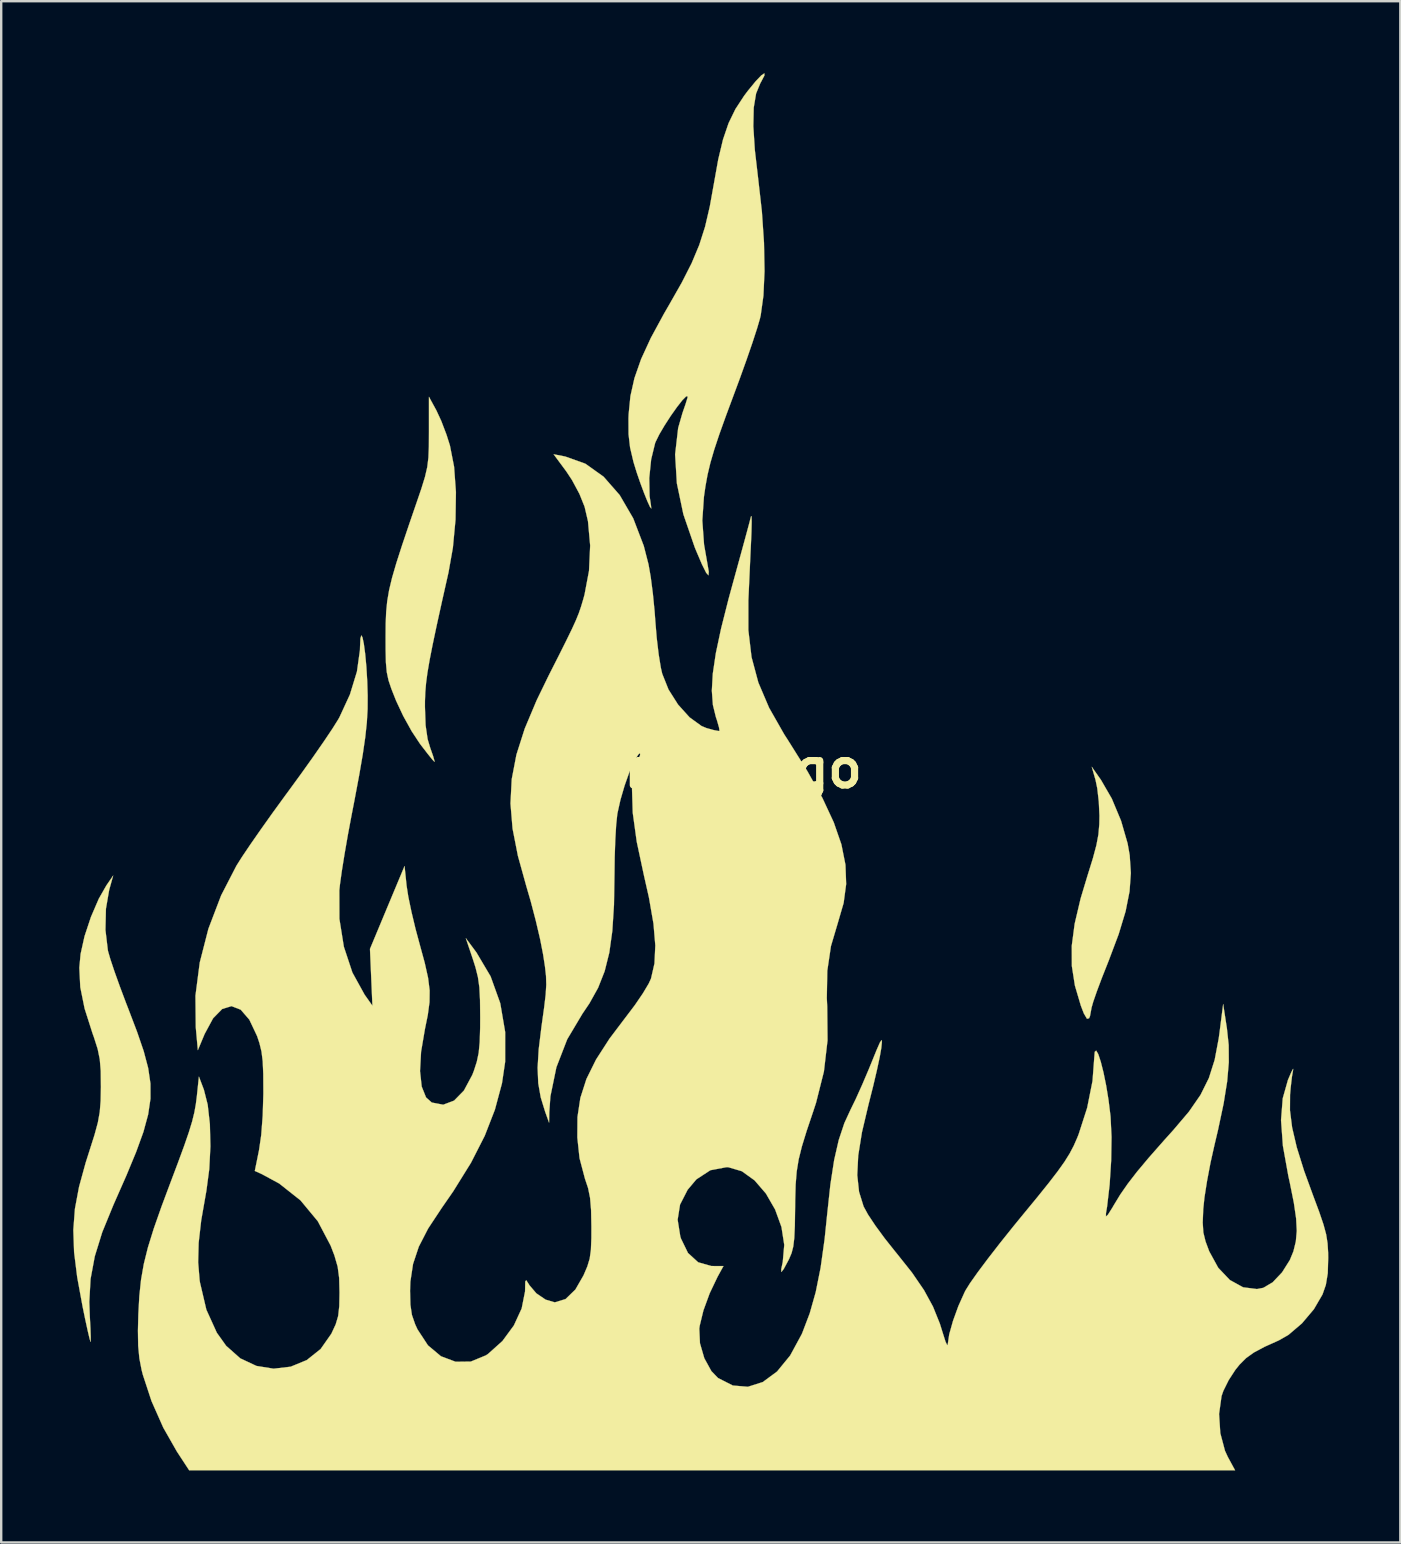
<source format=kicad_pcb>
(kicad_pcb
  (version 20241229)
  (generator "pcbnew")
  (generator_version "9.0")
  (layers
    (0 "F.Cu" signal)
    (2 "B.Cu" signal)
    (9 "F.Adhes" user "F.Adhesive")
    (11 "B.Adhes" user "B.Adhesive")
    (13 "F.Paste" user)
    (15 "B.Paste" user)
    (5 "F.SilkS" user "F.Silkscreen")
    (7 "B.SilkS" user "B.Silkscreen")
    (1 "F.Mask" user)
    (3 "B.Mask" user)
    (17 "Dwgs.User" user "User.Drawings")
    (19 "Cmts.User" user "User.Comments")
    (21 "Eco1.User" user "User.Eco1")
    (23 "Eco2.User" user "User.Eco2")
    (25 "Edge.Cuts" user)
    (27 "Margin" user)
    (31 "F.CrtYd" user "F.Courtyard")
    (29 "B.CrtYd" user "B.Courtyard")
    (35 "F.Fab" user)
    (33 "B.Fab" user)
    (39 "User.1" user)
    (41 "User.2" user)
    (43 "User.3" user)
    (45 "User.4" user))
  (footprint "Flame_Logo"
    (layer "F.Cu")
    (at 26.166 28.965)
    (property "Reference" "Flame_Logo" (at 0 0 0) (layer "F.SilkS") (effects (font (size 1.524 1.524) (thickness 0.3))))
    (attr through_hole)
    (fp_poly (pts (xy 16.655 0.481) (xy 17.105 1.259) (xy 17.49 2.18) (xy 17.763 3.125) (xy 17.85 3.615) (xy 17.898 4.358) (xy 17.844 5.122) (xy 17.679 5.954) (xy 17.392 6.901) (xy 16.974 8.012) (xy 16.945 8.085) (xy 16.693 8.722) (xy 16.482 9.285) (xy 16.331 9.72) (xy 16.258 9.976) (xy 16.254 10.007) (xy 16.196 10.32) (xy 16.158 10.409) (xy 16.07 10.43) (xy 15.94 10.209) (xy 15.814 9.882) (xy 15.567 9.046) (xy 15.44 8.233) (xy 15.436 7.392) (xy 15.557 6.472) (xy 15.805 5.42) (xy 16.088 4.48) (xy 16.314 3.753) (xy 16.462 3.201) (xy 16.547 2.75) (xy 16.584 2.323) (xy 16.59 1.967) (xy 16.563 1.387) (xy 16.499 0.829) (xy 16.427 0.481) (xy 16.269 -0.069) (xy 16.655 0.481)) (stroke (width 0.01) (type solid)) (fill yes) (layer "F.SilkS"))
    (fp_poly (pts (xy -11.035 -14.916) (xy -10.83 -14.473) (xy -10.614 -13.906) (xy -10.471 -13.455) (xy -10.298 -12.571) (xy -10.221 -11.515) (xy -10.238 -10.364) (xy -10.348 -9.195) (xy -10.53 -8.169) (xy -10.805 -6.946) (xy -11.024 -5.952) (xy -11.193 -5.151) (xy -11.319 -4.508) (xy -11.408 -3.988) (xy -11.465 -3.556) (xy -11.497 -3.176) (xy -11.511 -2.813) (xy -11.512 -2.565) (xy -11.485 -1.799) (xy -11.4 -1.219) (xy -11.292 -0.858) (xy -11.172 -0.516) (xy -11.113 -0.306) (xy -11.114 -0.275) (xy -11.203 -0.368) (xy -11.403 -0.616) (xy -11.674 -0.968) (xy -11.725 -1.036) (xy -12.065 -1.551) (xy -12.417 -2.187) (xy -12.71 -2.812) (xy -12.725 -2.848) (xy -12.908 -3.31) (xy -13.03 -3.672) (xy -13.102 -4.013) (xy -13.138 -4.411) (xy -13.15 -4.945) (xy -13.151 -5.485) (xy -13.147 -6.04) (xy -13.127 -6.522) (xy -13.083 -6.972) (xy -13.004 -7.433) (xy -12.881 -7.947) (xy -12.703 -8.558) (xy -12.462 -9.307) (xy -12.148 -10.237) (xy -11.891 -10.984) (xy -11.663 -11.651) (xy -11.51 -12.146) (xy -11.416 -12.552) (xy -11.367 -12.949) (xy -11.348 -13.418) (xy -11.345 -14.023) (xy -11.345 -15.484) (xy -11.035 -14.916)) (stroke (width 0.01) (type solid)) (fill yes) (layer "F.SilkS"))
    (fp_poly (pts (xy -24.668 5.063) (xy -24.803 5.848) (xy -24.823 6.729) (xy -24.724 7.566) (xy -24.713 7.62) (xy -24.62 7.941) (xy -24.451 8.448) (xy -24.225 9.079) (xy -23.964 9.774) (xy -23.865 10.029) (xy -23.505 10.974) (xy -23.23 11.777) (xy -23.043 12.482) (xy -22.948 13.128) (xy -22.947 13.76) (xy -23.044 14.417) (xy -23.241 15.143) (xy -23.544 15.978) (xy -23.953 16.965) (xy -24.474 18.146) (xy -24.494 18.192) (xy -24.956 19.32) (xy -25.267 20.325) (xy -25.443 21.27) (xy -25.496 22.222) (xy -25.475 22.813) (xy -25.448 23.317) (xy -25.435 23.695) (xy -25.439 23.881) (xy -25.443 23.89) (xy -25.482 23.765) (xy -25.562 23.427) (xy -25.67 22.93) (xy -25.776 22.414) (xy -26 21.194) (xy -26.129 20.155) (xy -26.161 19.228) (xy -26.094 18.344) (xy -25.923 17.432) (xy -25.646 16.423) (xy -25.49 15.933) (xy -25.277 15.262) (xy -25.139 14.753) (xy -25.06 14.314) (xy -25.023 13.854) (xy -25.012 13.284) (xy -25.012 13.249) (xy -25.019 12.602) (xy -25.059 12.119) (xy -25.147 11.688) (xy -25.303 11.199) (xy -25.362 11.035) (xy -25.691 10.005) (xy -25.871 9.114) (xy -25.911 8.303) (xy -25.858 7.73) (xy -25.693 6.988) (xy -25.426 6.184) (xy -25.101 5.43) (xy -24.784 4.874) (xy -24.5 4.462) (xy -24.668 5.063)) (stroke (width 0.01) (type solid)) (fill yes) (layer "F.SilkS"))
    (fp_poly (pts (xy 2.633 -28.873) (xy 2.494 -28.606) (xy 2.464 -28.555) (xy 2.285 -28.121) (xy 2.186 -27.529) (xy 2.169 -26.753) (xy 2.232 -25.768) (xy 2.371 -24.571) (xy 2.526 -23.201) (xy 2.614 -21.901) (xy 2.636 -20.717) (xy 2.59 -19.695) (xy 2.477 -18.879) (xy 2.445 -18.741) (xy 2.327 -18.337) (xy 2.135 -17.746) (xy 1.888 -17.03) (xy 1.609 -16.253) (xy 1.412 -15.721) (xy 1.041 -14.724) (xy 0.754 -13.925) (xy 0.539 -13.278) (xy 0.38 -12.733) (xy 0.263 -12.242) (xy 0.175 -11.757) (xy 0.111 -11.314) (xy 0.044 -10.328) (xy 0.116 -9.331) (xy 0.244 -8.602) (xy 0.313 -8.197) (xy 0.301 -8.045) (xy 0.207 -8.147) (xy 0.03 -8.501) (xy -0.23 -9.11) (xy -0.275 -9.222) (xy -0.745 -10.588) (xy -1.016 -11.879) (xy -1.089 -13.082) (xy -0.962 -14.184) (xy -0.782 -14.811) (xy -0.654 -15.18) (xy -0.576 -15.435) (xy -0.564 -15.493) (xy -0.625 -15.505) (xy -0.786 -15.343) (xy -1.011 -15.056) (xy -1.27 -14.69) (xy -1.526 -14.295) (xy -1.748 -13.918) (xy -1.901 -13.607) (xy -1.924 -13.548) (xy -2.087 -12.878) (xy -2.167 -12.1) (xy -2.153 -11.349) (xy -2.096 -10.964) (xy -2.082 -10.828) (xy -2.137 -10.899) (xy -2.244 -11.13) (xy -2.383 -11.475) (xy -2.537 -11.889) (xy -2.687 -12.323) (xy -2.813 -12.733) (xy -2.826 -12.779) (xy -2.965 -13.369) (xy -3.029 -13.925) (xy -3.032 -14.583) (xy -3.025 -14.759) (xy -2.951 -15.512) (xy -2.783 -16.262) (xy -2.506 -17.054) (xy -2.102 -17.933) (xy -1.555 -18.941) (xy -1.353 -19.29) (xy -0.813 -20.239) (xy -0.399 -21.054) (xy -0.084 -21.807) (xy 0.159 -22.567) (xy 0.355 -23.407) (xy 0.521 -24.331) (xy 0.708 -25.375) (xy 0.907 -26.206) (xy 1.138 -26.884) (xy 1.424 -27.471) (xy 1.787 -28.026) (xy 1.947 -28.238) (xy 2.27 -28.632) (xy 2.503 -28.876) (xy 2.63 -28.96) (xy 2.633 -28.873)) (stroke (width 0.01) (type solid)) (fill yes) (layer "F.SilkS"))
    (fp_poly (pts (xy -5.666 -12.995) (xy -4.83 -12.697) (xy -4.069 -12.155) (xy -3.398 -11.389) (xy -2.835 -10.421) (xy -2.395 -9.272) (xy -2.197 -8.501) (xy -2.105 -7.974) (xy -2.016 -7.282) (xy -1.943 -6.537) (xy -1.914 -6.139) (xy -1.856 -5.439) (xy -1.775 -4.757) (xy -1.683 -4.192) (xy -1.627 -3.947) (xy -1.364 -3.288) (xy -0.966 -2.66) (xy -0.489 -2.131) (xy 0.01 -1.768) (xy 0.222 -1.68) (xy 0.528 -1.596) (xy 0.725 -1.56) (xy 0.76 -1.565) (xy 0.741 -1.704) (xy 0.655 -2.004) (xy 0.609 -2.141) (xy 0.485 -2.647) (xy 0.441 -3.24) (xy 0.481 -3.948) (xy 0.608 -4.803) (xy 0.827 -5.833) (xy 1.14 -7.07) (xy 1.275 -7.564) (xy 1.501 -8.387) (xy 1.706 -9.134) (xy 1.877 -9.761) (xy 2.002 -10.225) (xy 2.068 -10.481) (xy 2.073 -10.503) (xy 2.095 -10.504) (xy 2.101 -10.275) (xy 2.092 -9.861) (xy 2.082 -9.611) (xy 2.05 -8.932) (xy 2.013 -8.118) (xy 1.976 -7.305) (xy 1.962 -7.002) (xy 1.962 -5.76) (xy 2.095 -4.638) (xy 2.378 -3.58) (xy 2.827 -2.526) (xy 3.457 -1.419) (xy 3.611 -1.181) (xy 4.414 0.1) (xy 5.049 1.234) (xy 5.521 2.248) (xy 5.839 3.166) (xy 6.008 4.015) (xy 6.037 4.819) (xy 5.932 5.605) (xy 5.701 6.397) (xy 5.701 6.398) (xy 5.403 7.404) (xy 5.251 8.43) (xy 5.231 9.568) (xy 5.248 9.931) (xy 5.261 11.33) (xy 5.11 12.628) (xy 4.782 13.931) (xy 4.668 14.279) (xy 4.39 15.104) (xy 4.192 15.75) (xy 4.058 16.289) (xy 3.976 16.795) (xy 3.932 17.338) (xy 3.914 17.99) (xy 3.91 18.329) (xy 3.899 19.051) (xy 3.876 19.56) (xy 3.833 19.92) (xy 3.763 20.193) (xy 3.657 20.441) (xy 3.631 20.492) (xy 3.436 20.855) (xy 3.339 20.98) (xy 3.331 20.867) (xy 3.396 20.56) (xy 3.458 19.85) (xy 3.342 19.105) (xy 3.077 18.375) (xy 2.694 17.711) (xy 2.222 17.163) (xy 1.691 16.781) (xy 1.132 16.616) (xy 1.049 16.613) (xy 0.379 16.74) (xy -0.203 17.12) (xy -0.568 17.554) (xy -0.884 18.172) (xy -0.984 18.801) (xy -0.874 19.492) (xy -0.847 19.582) (xy -0.553 20.187) (xy -0.128 20.575) (xy 0.412 20.729) (xy 0.491 20.731) (xy 0.925 20.732) (xy 0.68 21.178) (xy 0.351 21.867) (xy 0.09 22.581) (xy -0.065 23.218) (xy -0.082 23.342) (xy -0.054 23.948) (xy 0.127 24.572) (xy 0.422 25.109) (xy 0.698 25.396) (xy 1.314 25.709) (xy 1.943 25.762) (xy 2.564 25.564) (xy 3.158 25.126) (xy 3.704 24.459) (xy 4.184 23.574) (xy 4.211 23.512) (xy 4.519 22.703) (xy 4.769 21.818) (xy 4.972 20.806) (xy 5.139 19.614) (xy 5.247 18.567) (xy 5.381 17.328) (xy 5.537 16.315) (xy 5.728 15.481) (xy 5.962 14.777) (xy 6.223 14.21) (xy 6.437 13.772) (xy 6.701 13.185) (xy 6.972 12.55) (xy 7.079 12.288) (xy 7.3 11.744) (xy 7.439 11.426) (xy 7.51 11.315) (xy 7.527 11.387) (xy 7.504 11.623) (xy 7.5 11.654) (xy 7.437 12.016) (xy 7.319 12.565) (xy 7.163 13.23) (xy 6.984 13.938) (xy 6.971 13.988) (xy 6.695 15.156) (xy 6.539 16.13) (xy 6.499 16.944) (xy 6.574 17.638) (xy 6.763 18.247) (xy 6.767 18.256) (xy 6.948 18.587) (xy 7.253 19.046) (xy 7.642 19.576) (xy 8.073 20.119) (xy 8.123 20.179) (xy 8.779 21.003) (xy 9.279 21.733) (xy 9.655 22.422) (xy 9.94 23.128) (xy 10.07 23.545) (xy 10.176 23.879) (xy 10.249 24.032) (xy 10.269 23.998) (xy 10.331 23.576) (xy 10.489 23.014) (xy 10.712 22.399) (xy 10.972 21.82) (xy 11.011 21.744) (xy 11.197 21.446) (xy 11.517 20.993) (xy 11.944 20.423) (xy 12.448 19.773) (xy 13.004 19.078) (xy 13.352 18.652) (xy 13.984 17.884) (xy 14.476 17.272) (xy 14.852 16.783) (xy 15.136 16.384) (xy 15.35 16.04) (xy 15.519 15.719) (xy 15.665 15.386) (xy 15.723 15.24) (xy 16.078 14.139) (xy 16.301 13.022) (xy 16.371 12.091) (xy 16.394 11.806) (xy 16.454 11.755) (xy 16.541 11.905) (xy 16.645 12.22) (xy 16.758 12.666) (xy 16.869 13.209) (xy 16.968 13.815) (xy 17.046 14.45) (xy 17.053 14.519) (xy 17.093 15.352) (xy 17.078 16.332) (xy 17.014 17.341) (xy 16.907 18.26) (xy 16.862 18.53) (xy 16.858 18.666) (xy 16.942 18.594) (xy 17.127 18.301) (xy 17.19 18.192) (xy 17.457 17.753) (xy 17.77 17.302) (xy 18.155 16.803) (xy 18.643 16.221) (xy 19.26 15.519) (xy 19.668 15.066) (xy 20.318 14.3) (xy 20.801 13.601) (xy 21.148 12.903) (xy 21.391 12.138) (xy 21.56 11.242) (xy 21.595 10.984) (xy 21.744 9.817) (xy 21.9 10.831) (xy 21.974 11.524) (xy 21.979 12.243) (xy 21.911 13.039) (xy 21.763 13.961) (xy 21.53 15.06) (xy 21.387 15.664) (xy 21.218 16.419) (xy 21.072 17.189) (xy 20.964 17.878) (xy 20.914 18.36) (xy 20.892 18.922) (xy 20.918 19.332) (xy 21.01 19.707) (xy 21.163 20.118) (xy 21.538 20.803) (xy 22.022 21.312) (xy 22.574 21.617) (xy 23.152 21.69) (xy 23.416 21.639) (xy 23.806 21.409) (xy 24.197 20.996) (xy 24.522 20.481) (xy 24.671 20.118) (xy 24.772 19.707) (xy 24.811 19.269) (xy 24.784 18.75) (xy 24.689 18.096) (xy 24.52 17.254) (xy 24.459 16.976) (xy 24.233 15.723) (xy 24.155 14.654) (xy 24.226 13.745) (xy 24.444 12.975) (xy 24.582 12.655) (xy 24.658 12.514) (xy 24.658 12.563) (xy 24.608 12.853) (xy 24.557 13.296) (xy 24.531 13.592) (xy 24.527 14.242) (xy 24.617 14.961) (xy 24.811 15.789) (xy 25.117 16.768) (xy 25.484 17.775) (xy 25.746 18.478) (xy 25.924 19.002) (xy 26.035 19.414) (xy 26.093 19.78) (xy 26.117 20.169) (xy 26.12 20.389) (xy 26.102 21.032) (xy 26.022 21.518) (xy 25.882 21.917) (xy 25.523 22.532) (xy 25.025 23.121) (xy 24.467 23.597) (xy 24.064 23.828) (xy 23.464 24.098) (xy 23.028 24.331) (xy 22.702 24.564) (xy 22.433 24.832) (xy 22.252 25.056) (xy 21.975 25.482) (xy 21.752 25.932) (xy 21.677 26.148) (xy 21.573 26.895) (xy 21.625 27.694) (xy 21.82 28.429) (xy 21.939 28.687) (xy 22.242 29.244) (xy -21.333 29.244) (xy -21.849 28.455) (xy -22.413 27.465) (xy -22.903 26.36) (xy -23.265 25.26) (xy -23.316 25.06) (xy -23.409 24.579) (xy -23.459 24.06) (xy -23.469 23.42) (xy -23.452 22.734) (xy -23.411 21.982) (xy -23.34 21.304) (xy -23.225 20.647) (xy -23.053 19.955) (xy -22.811 19.175) (xy -22.486 18.25) (xy -22.161 17.38) (xy -21.811 16.451) (xy -21.544 15.725) (xy -21.349 15.159) (xy -21.211 14.708) (xy -21.118 14.329) (xy -21.055 13.976) (xy -21.009 13.608) (xy -21.008 13.592) (xy -20.929 12.837) (xy -20.721 13.386) (xy -20.563 14.01) (xy -20.472 14.821) (xy -20.45 15.74) (xy -20.498 16.693) (xy -20.618 17.602) (xy -20.638 17.712) (xy -20.834 18.832) (xy -20.94 19.765) (xy -20.961 20.573) (xy -20.9 21.316) (xy -20.886 21.41) (xy -20.618 22.552) (xy -20.182 23.511) (xy -19.794 24.055) (xy -19.204 24.578) (xy -18.531 24.893) (xy -17.817 25.008) (xy -17.105 24.925) (xy -16.437 24.65) (xy -15.858 24.189) (xy -15.411 23.551) (xy -15.23 23.161) (xy -15.127 22.813) (xy -15.081 22.401) (xy -15.071 21.838) (xy -15.086 21.228) (xy -15.148 20.758) (xy -15.282 20.295) (xy -15.44 19.882) (xy -15.977 18.863) (xy -16.696 17.996) (xy -17.584 17.293) (xy -18.303 16.904) (xy -18.6 16.769) (xy -18.424 15.902) (xy -18.333 15.275) (xy -18.271 14.465) (xy -18.244 13.561) (xy -18.244 13.455) (xy -18.248 12.727) (xy -18.271 12.199) (xy -18.321 11.797) (xy -18.406 11.446) (xy -18.505 11.15) (xy -18.828 10.467) (xy -19.188 10.051) (xy -19.57 9.903) (xy -19.959 10.022) (xy -20.338 10.41) (xy -20.693 11.067) (xy -20.706 11.1) (xy -20.973 11.738) (xy -21.06 10.778) (xy -21.073 9.468) (xy -20.894 8.087) (xy -20.533 6.679) (xy -20.003 5.29) (xy -19.366 4.053) (xy -19.141 3.697) (xy -18.795 3.182) (xy -18.358 2.554) (xy -17.862 1.856) (xy -17.337 1.134) (xy -17.184 0.926) (xy -16.662 0.21) (xy -16.165 -0.488) (xy -15.723 -1.125) (xy -15.365 -1.659) (xy -15.122 -2.047) (xy -15.074 -2.132) (xy -14.637 -3.08) (xy -14.345 -4.036) (xy -14.22 -4.928) (xy -14.217 -5.042) (xy -14.2 -5.415) (xy -14.163 -5.544) (xy -14.114 -5.461) (xy -14.058 -5.194) (xy -14.002 -4.775) (xy -13.952 -4.233) (xy -13.916 -3.629) (xy -13.898 -3.032) (xy -13.901 -2.476) (xy -13.933 -1.915) (xy -13.999 -1.299) (xy -14.103 -0.583) (xy -14.252 0.281) (xy -14.451 1.341) (xy -14.564 1.922) (xy -14.72 2.752) (xy -14.861 3.563) (xy -14.977 4.286) (xy -15.055 4.852) (xy -15.079 5.08) (xy -15.076 6.267) (xy -14.89 7.43) (xy -14.534 8.504) (xy -14.026 9.425) (xy -14.016 9.439) (xy -13.7 9.885) (xy -13.751 8.702) (xy -13.802 7.519) (xy -13.082 5.792) (xy -12.361 4.066) (xy -12.277 4.882) (xy -12.205 5.345) (xy -12.073 5.978) (xy -11.903 6.69) (xy -11.741 7.291) (xy -11.521 8.099) (xy -11.381 8.726) (xy -11.316 9.248) (xy -11.322 9.738) (xy -11.393 10.271) (xy -11.512 10.856) (xy -11.673 11.802) (xy -11.717 12.61) (xy -11.647 13.254) (xy -11.466 13.706) (xy -11.227 13.919) (xy -10.75 14.01) (xy -10.298 13.839) (xy -9.889 13.421) (xy -9.539 12.768) (xy -9.474 12.6) (xy -9.352 12.223) (xy -9.273 11.85) (xy -9.23 11.402) (xy -9.212 10.803) (xy -9.21 10.366) (xy -9.217 9.649) (xy -9.244 9.121) (xy -9.304 8.696) (xy -9.405 8.29) (xy -9.509 7.963) (xy -9.809 7.071) (xy -9.366 7.668) (xy -8.776 8.664) (xy -8.374 9.783) (xy -8.169 10.983) (xy -8.17 12.222) (xy -8.302 13.117) (xy -8.597 14.216) (xy -9.021 15.306) (xy -9.594 16.429) (xy -10.335 17.622) (xy -10.817 18.318) (xy -11.378 19.167) (xy -11.768 19.925) (xy -12.008 20.646) (xy -12.119 21.382) (xy -12.132 21.762) (xy -12.118 22.341) (xy -12.055 22.768) (xy -11.919 23.16) (xy -11.822 23.371) (xy -11.386 24.036) (xy -10.845 24.49) (xy -10.236 24.719) (xy -9.599 24.711) (xy -8.972 24.452) (xy -8.881 24.391) (xy -8.283 23.855) (xy -7.807 23.206) (xy -7.482 22.5) (xy -7.341 21.79) (xy -7.338 21.667) (xy -7.332 21.371) (xy -7.291 21.323) (xy -7.18 21.494) (xy -7.162 21.526) (xy -6.871 21.868) (xy -6.485 22.131) (xy -6.111 22.242) (xy -6.096 22.242) (xy -5.653 22.107) (xy -5.244 21.71) (xy -4.905 21.12) (xy -4.746 20.747) (xy -4.648 20.422) (xy -4.597 20.056) (xy -4.578 19.566) (xy -4.577 19.084) (xy -4.59 18.396) (xy -4.632 17.892) (xy -4.715 17.483) (xy -4.845 17.094) (xy -5.071 16.238) (xy -5.163 15.377) (xy -5.157 14.523) (xy -5.036 13.723) (xy -4.784 12.939) (xy -4.384 12.13) (xy -3.821 11.256) (xy -3.146 10.363) (xy -2.767 9.862) (xy -2.435 9.375) (xy -2.191 8.967) (xy -2.093 8.754) (xy -1.949 8.126) (xy -1.914 7.375) (xy -1.99 6.47) (xy -2.179 5.381) (xy -2.387 4.461) (xy -2.688 3.053) (xy -2.854 1.848) (xy -2.885 0.852) (xy -2.781 0.069) (xy -2.664 -0.275) (xy -2.547 -0.561) (xy -2.551 -0.638) (xy -2.621 -0.582) (xy -2.791 -0.313) (xy -2.991 0.143) (xy -3.192 0.71) (xy -3.367 1.308) (xy -3.49 1.861) (xy -3.5 1.925) (xy -3.545 2.351) (xy -3.581 2.966) (xy -3.606 3.687) (xy -3.615 4.378) (xy -3.636 5.686) (xy -3.705 6.769) (xy -3.831 7.674) (xy -4.025 8.449) (xy -4.297 9.138) (xy -4.66 9.79) (xy -4.948 10.216) (xy -5.584 11.284) (xy -6.035 12.448) (xy -6.285 13.661) (xy -6.331 14.32) (xy -6.34 14.759) (xy -6.505 14.299) (xy -6.688 13.704) (xy -6.791 13.117) (xy -6.818 12.471) (xy -6.772 11.7) (xy -6.654 10.736) (xy -6.646 10.681) (xy -6.545 9.955) (xy -6.482 9.425) (xy -6.457 9.015) (xy -6.467 8.649) (xy -6.511 8.254) (xy -6.588 7.755) (xy -6.59 7.742) (xy -6.712 7.117) (xy -6.893 6.344) (xy -7.106 5.53) (xy -7.289 4.903) (xy -7.639 3.641) (xy -7.861 2.509) (xy -7.948 1.46) (xy -7.896 0.448) (xy -7.7 -0.576) (xy -7.355 -1.657) (xy -6.856 -2.843) (xy -6.348 -3.888) (xy -5.935 -4.702) (xy -5.623 -5.326) (xy -5.392 -5.799) (xy -5.226 -6.163) (xy -5.104 -6.462) (xy -5.01 -6.735) (xy -4.923 -7.026) (xy -4.864 -7.238) (xy -4.676 -8.234) (xy -4.628 -9.288) (xy -4.719 -10.298) (xy -4.86 -10.903) (xy -5.075 -11.438) (xy -5.384 -12.014) (xy -5.621 -12.373) (xy -6.151 -13.089) (xy -5.666 -12.995)) (stroke (width 0.01) (type solid)) (fill yes) (layer "F.SilkS")))
  (gr_rect
    (start -3 -3)
    (end 55.292 61.214)
    (stroke (width 0.1) (type default))
    (fill no)
    (layer "Edge.Cuts")))
</source>
